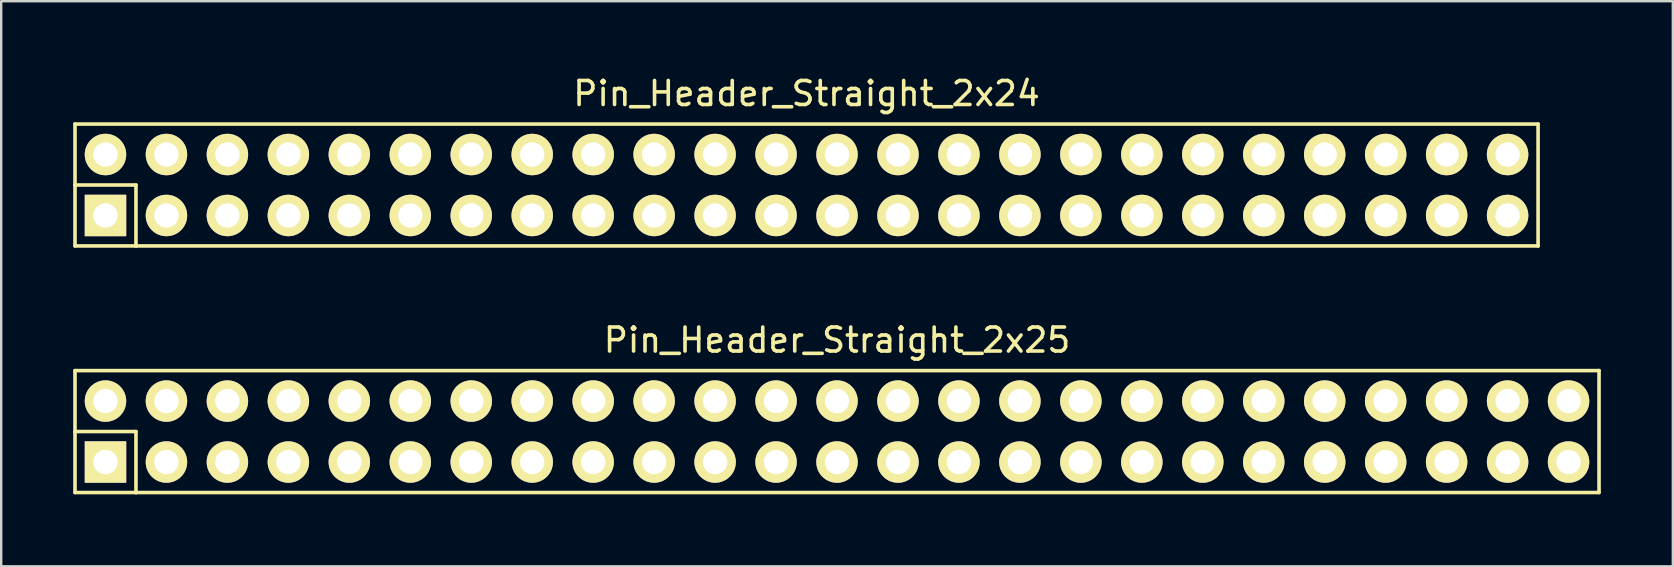
<source format=kicad_pcb>
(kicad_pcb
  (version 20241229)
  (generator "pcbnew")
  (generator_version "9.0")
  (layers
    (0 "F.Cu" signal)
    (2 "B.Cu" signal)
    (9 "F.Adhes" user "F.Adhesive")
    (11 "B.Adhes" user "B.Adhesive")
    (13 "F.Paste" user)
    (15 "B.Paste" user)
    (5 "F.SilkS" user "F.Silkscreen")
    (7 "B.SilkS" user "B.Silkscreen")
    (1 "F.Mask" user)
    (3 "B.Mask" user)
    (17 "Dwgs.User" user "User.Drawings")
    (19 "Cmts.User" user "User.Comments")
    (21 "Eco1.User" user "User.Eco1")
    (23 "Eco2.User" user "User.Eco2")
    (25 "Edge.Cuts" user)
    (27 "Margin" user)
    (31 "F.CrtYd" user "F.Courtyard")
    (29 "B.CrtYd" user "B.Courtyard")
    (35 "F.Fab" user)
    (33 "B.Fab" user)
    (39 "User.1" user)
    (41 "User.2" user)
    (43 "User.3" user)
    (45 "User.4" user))
  (footprint "Pin_Header_Straight_2x24"
    (layer "F.Cu")
    (at 30.555 4.658)
    (property "Reference" "Pin_Header_Straight_2x24" (at 0 -3.81 0) (layer "F.SilkS") (effects (font (size 1 1) (thickness 0.15))))
    (attr through_hole)
    (fp_line (start -30.48 -2.54) (end -30.48 0) (stroke (width 0.15) (type solid)) (layer "F.SilkS"))
    (fp_line (start -30.48 0) (end -27.94 0) (stroke (width 0.15) (type solid)) (layer "F.SilkS"))
    (fp_line (start -30.48 2.54) (end -30.48 0) (stroke (width 0.15) (type solid)) (layer "F.SilkS"))
    (fp_line (start -30.48 2.54) (end -27.94 2.54) (stroke (width 0.15) (type solid)) (layer "F.SilkS"))
    (fp_line (start -27.94 0) (end -27.94 2.54) (stroke (width 0.15) (type solid)) (layer "F.SilkS"))
    (fp_line (start -27.94 2.54) (end 30.48 2.54) (stroke (width 0.15) (type solid)) (layer "F.SilkS"))
    (fp_line (start 30.48 -2.54) (end -30.48 -2.54) (stroke (width 0.15) (type solid)) (layer "F.SilkS"))
    (fp_line (start 30.48 -2.54) (end 30.48 2.54) (stroke (width 0.15) (type solid)) (layer "F.SilkS"))
    (pad "1" thru_hole rect (at -29.21 1.27) (size 1.727 1.727) (drill 1.016) (layers "*.Cu" "*.Mask" "F.SilkS"))
    (pad "2" thru_hole oval (at -29.21 -1.27) (size 1.727 1.727) (drill 1.016) (layers "*.Cu" "*.Mask" "F.SilkS"))
    (pad "3" thru_hole oval (at -26.67 1.27) (size 1.727 1.727) (drill 1.016) (layers "*.Cu" "*.Mask" "F.SilkS"))
    (pad "4" thru_hole oval (at -26.67 -1.27) (size 1.727 1.727) (drill 1.016) (layers "*.Cu" "*.Mask" "F.SilkS"))
    (pad "5" thru_hole oval (at -24.13 1.27) (size 1.727 1.727) (drill 1.016) (layers "*.Cu" "*.Mask" "F.SilkS"))
    (pad "6" thru_hole oval (at -24.13 -1.27) (size 1.727 1.727) (drill 1.016) (layers "*.Cu" "*.Mask" "F.SilkS"))
    (pad "7" thru_hole oval (at -21.59 1.27) (size 1.727 1.727) (drill 1.016) (layers "*.Cu" "*.Mask" "F.SilkS"))
    (pad "8" thru_hole oval (at -21.59 -1.27) (size 1.727 1.727) (drill 1.016) (layers "*.Cu" "*.Mask" "F.SilkS"))
    (pad "9" thru_hole oval (at -19.05 1.27) (size 1.727 1.727) (drill 1.016) (layers "*.Cu" "*.Mask" "F.SilkS"))
    (pad "10" thru_hole oval (at -19.05 -1.27) (size 1.727 1.727) (drill 1.016) (layers "*.Cu" "*.Mask" "F.SilkS"))
    (pad "11" thru_hole oval (at -16.51 1.27) (size 1.727 1.727) (drill 1.016) (layers "*.Cu" "*.Mask" "F.SilkS"))
    (pad "12" thru_hole oval (at -16.51 -1.27) (size 1.727 1.727) (drill 1.016) (layers "*.Cu" "*.Mask" "F.SilkS"))
    (pad "13" thru_hole oval (at -13.97 1.27) (size 1.727 1.727) (drill 1.016) (layers "*.Cu" "*.Mask" "F.SilkS"))
    (pad "14" thru_hole oval (at -13.97 -1.27) (size 1.727 1.727) (drill 1.016) (layers "*.Cu" "*.Mask" "F.SilkS"))
    (pad "15" thru_hole oval (at -11.43 1.27) (size 1.727 1.727) (drill 1.016) (layers "*.Cu" "*.Mask" "F.SilkS"))
    (pad "16" thru_hole oval (at -11.43 -1.27) (size 1.727 1.727) (drill 1.016) (layers "*.Cu" "*.Mask" "F.SilkS"))
    (pad "17" thru_hole oval (at -8.89 1.27) (size 1.727 1.727) (drill 1.016) (layers "*.Cu" "*.Mask" "F.SilkS"))
    (pad "18" thru_hole oval (at -8.89 -1.27) (size 1.727 1.727) (drill 1.016) (layers "*.Cu" "*.Mask" "F.SilkS"))
    (pad "19" thru_hole oval (at -6.35 1.27) (size 1.727 1.727) (drill 1.016) (layers "*.Cu" "*.Mask" "F.SilkS"))
    (pad "20" thru_hole oval (at -6.35 -1.27) (size 1.727 1.727) (drill 1.016) (layers "*.Cu" "*.Mask" "F.SilkS"))
    (pad "21" thru_hole oval (at -3.81 1.27) (size 1.727 1.727) (drill 1.016) (layers "*.Cu" "*.Mask" "F.SilkS"))
    (pad "22" thru_hole oval (at -3.81 -1.27) (size 1.727 1.727) (drill 1.016) (layers "*.Cu" "*.Mask" "F.SilkS"))
    (pad "23" thru_hole oval (at -1.27 1.27) (size 1.727 1.727) (drill 1.016) (layers "*.Cu" "*.Mask" "F.SilkS"))
    (pad "24" thru_hole oval (at -1.27 -1.27) (size 1.727 1.727) (drill 1.016) (layers "*.Cu" "*.Mask" "F.SilkS"))
    (pad "25" thru_hole oval (at 1.27 1.27) (size 1.727 1.727) (drill 1.016) (layers "*.Cu" "*.Mask" "F.SilkS"))
    (pad "26" thru_hole oval (at 1.27 -1.27) (size 1.727 1.727) (drill 1.016) (layers "*.Cu" "*.Mask" "F.SilkS"))
    (pad "27" thru_hole oval (at 3.81 1.27) (size 1.727 1.727) (drill 1.016) (layers "*.Cu" "*.Mask" "F.SilkS"))
    (pad "28" thru_hole oval (at 3.81 -1.27) (size 1.727 1.727) (drill 1.016) (layers "*.Cu" "*.Mask" "F.SilkS"))
    (pad "29" thru_hole oval (at 6.35 1.27) (size 1.727 1.727) (drill 1.016) (layers "*.Cu" "*.Mask" "F.SilkS"))
    (pad "30" thru_hole oval (at 6.35 -1.27) (size 1.727 1.727) (drill 1.016) (layers "*.Cu" "*.Mask" "F.SilkS"))
    (pad "31" thru_hole oval (at 8.89 1.27) (size 1.727 1.727) (drill 1.016) (layers "*.Cu" "*.Mask" "F.SilkS"))
    (pad "32" thru_hole oval (at 8.89 -1.27) (size 1.727 1.727) (drill 1.016) (layers "*.Cu" "*.Mask" "F.SilkS"))
    (pad "33" thru_hole oval (at 11.43 1.27) (size 1.727 1.727) (drill 1.016) (layers "*.Cu" "*.Mask" "F.SilkS"))
    (pad "34" thru_hole oval (at 11.43 -1.27) (size 1.727 1.727) (drill 1.016) (layers "*.Cu" "*.Mask" "F.SilkS"))
    (pad "35" thru_hole oval (at 13.97 1.27) (size 1.727 1.727) (drill 1.016) (layers "*.Cu" "*.Mask" "F.SilkS"))
    (pad "36" thru_hole oval (at 13.97 -1.27) (size 1.727 1.727) (drill 1.016) (layers "*.Cu" "*.Mask" "F.SilkS"))
    (pad "37" thru_hole oval (at 16.51 1.27) (size 1.727 1.727) (drill 1.016) (layers "*.Cu" "*.Mask" "F.SilkS"))
    (pad "38" thru_hole oval (at 16.51 -1.27) (size 1.727 1.727) (drill 1.016) (layers "*.Cu" "*.Mask" "F.SilkS"))
    (pad "39" thru_hole oval (at 19.05 1.27) (size 1.727 1.727) (drill 1.016) (layers "*.Cu" "*.Mask" "F.SilkS"))
    (pad "40" thru_hole oval (at 19.05 -1.27) (size 1.727 1.727) (drill 1.016) (layers "*.Cu" "*.Mask" "F.SilkS"))
    (pad "41" thru_hole oval (at 21.59 1.27) (size 1.727 1.727) (drill 1.016) (layers "*.Cu" "*.Mask" "F.SilkS"))
    (pad "42" thru_hole oval (at 21.59 -1.27) (size 1.727 1.727) (drill 1.016) (layers "*.Cu" "*.Mask" "F.SilkS"))
    (pad "43" thru_hole oval (at 24.13 1.27) (size 1.727 1.727) (drill 1.016) (layers "*.Cu" "*.Mask" "F.SilkS"))
    (pad "44" thru_hole oval (at 24.13 -1.27) (size 1.727 1.727) (drill 1.016) (layers "*.Cu" "*.Mask" "F.SilkS"))
    (pad "45" thru_hole oval (at 26.67 1.27) (size 1.727 1.727) (drill 1.016) (layers "*.Cu" "*.Mask" "F.SilkS"))
    (pad "46" thru_hole oval (at 26.67 -1.27) (size 1.727 1.727) (drill 1.016) (layers "*.Cu" "*.Mask" "F.SilkS"))
    (pad "47" thru_hole oval (at 29.21 1.27) (size 1.727 1.727) (drill 1.016) (layers "*.Cu" "*.Mask" "F.SilkS"))
    (pad "48" thru_hole oval (at 29.21 -1.27) (size 1.727 1.727) (drill 1.016) (layers "*.Cu" "*.Mask" "F.SilkS")))
  (footprint "Pin_Header_Straight_2x25"
    (layer "F.Cu")
    (at 31.825 14.931)
    (property "Reference" "Pin_Header_Straight_2x25" (at 0 -3.81 0) (layer "F.SilkS") (effects (font (size 1 1) (thickness 0.15))))
    (attr through_hole)
    (fp_line (start -31.75 -2.54) (end -31.75 0) (stroke (width 0.15) (type solid)) (layer "F.SilkS"))
    (fp_line (start -31.75 0) (end -29.21 0) (stroke (width 0.15) (type solid)) (layer "F.SilkS"))
    (fp_line (start -31.75 2.54) (end -31.75 0) (stroke (width 0.15) (type solid)) (layer "F.SilkS"))
    (fp_line (start -31.75 2.54) (end -29.21 2.54) (stroke (width 0.15) (type solid)) (layer "F.SilkS"))
    (fp_line (start -29.21 0) (end -29.21 2.54) (stroke (width 0.15) (type solid)) (layer "F.SilkS"))
    (fp_line (start -29.21 2.54) (end 31.75 2.54) (stroke (width 0.15) (type solid)) (layer "F.SilkS"))
    (fp_line (start 31.75 -2.54) (end -31.75 -2.54) (stroke (width 0.15) (type solid)) (layer "F.SilkS"))
    (fp_line (start 31.75 -2.54) (end 31.75 2.54) (stroke (width 0.15) (type solid)) (layer "F.SilkS"))
    (pad "1" thru_hole rect (at -30.48 1.27) (size 1.727 1.727) (drill 1.016) (layers "*.Cu" "*.Mask" "F.SilkS"))
    (pad "2" thru_hole oval (at -30.48 -1.27) (size 1.727 1.727) (drill 1.016) (layers "*.Cu" "*.Mask" "F.SilkS"))
    (pad "3" thru_hole oval (at -27.94 1.27) (size 1.727 1.727) (drill 1.016) (layers "*.Cu" "*.Mask" "F.SilkS"))
    (pad "4" thru_hole oval (at -27.94 -1.27) (size 1.727 1.727) (drill 1.016) (layers "*.Cu" "*.Mask" "F.SilkS"))
    (pad "5" thru_hole oval (at -25.4 1.27) (size 1.727 1.727) (drill 1.016) (layers "*.Cu" "*.Mask" "F.SilkS"))
    (pad "6" thru_hole oval (at -25.4 -1.27) (size 1.727 1.727) (drill 1.016) (layers "*.Cu" "*.Mask" "F.SilkS"))
    (pad "7" thru_hole oval (at -22.86 1.27) (size 1.727 1.727) (drill 1.016) (layers "*.Cu" "*.Mask" "F.SilkS"))
    (pad "8" thru_hole oval (at -22.86 -1.27) (size 1.727 1.727) (drill 1.016) (layers "*.Cu" "*.Mask" "F.SilkS"))
    (pad "9" thru_hole oval (at -20.32 1.27) (size 1.727 1.727) (drill 1.016) (layers "*.Cu" "*.Mask" "F.SilkS"))
    (pad "10" thru_hole oval (at -20.32 -1.27) (size 1.727 1.727) (drill 1.016) (layers "*.Cu" "*.Mask" "F.SilkS"))
    (pad "11" thru_hole oval (at -17.78 1.27) (size 1.727 1.727) (drill 1.016) (layers "*.Cu" "*.Mask" "F.SilkS"))
    (pad "12" thru_hole oval (at -17.78 -1.27) (size 1.727 1.727) (drill 1.016) (layers "*.Cu" "*.Mask" "F.SilkS"))
    (pad "13" thru_hole oval (at -15.24 1.27) (size 1.727 1.727) (drill 1.016) (layers "*.Cu" "*.Mask" "F.SilkS"))
    (pad "14" thru_hole oval (at -15.24 -1.27) (size 1.727 1.727) (drill 1.016) (layers "*.Cu" "*.Mask" "F.SilkS"))
    (pad "15" thru_hole oval (at -12.7 1.27) (size 1.727 1.727) (drill 1.016) (layers "*.Cu" "*.Mask" "F.SilkS"))
    (pad "16" thru_hole oval (at -12.7 -1.27) (size 1.727 1.727) (drill 1.016) (layers "*.Cu" "*.Mask" "F.SilkS"))
    (pad "17" thru_hole oval (at -10.16 1.27) (size 1.727 1.727) (drill 1.016) (layers "*.Cu" "*.Mask" "F.SilkS"))
    (pad "18" thru_hole oval (at -10.16 -1.27) (size 1.727 1.727) (drill 1.016) (layers "*.Cu" "*.Mask" "F.SilkS"))
    (pad "19" thru_hole oval (at -7.62 1.27) (size 1.727 1.727) (drill 1.016) (layers "*.Cu" "*.Mask" "F.SilkS"))
    (pad "20" thru_hole oval (at -7.62 -1.27) (size 1.727 1.727) (drill 1.016) (layers "*.Cu" "*.Mask" "F.SilkS"))
    (pad "21" thru_hole oval (at -5.08 1.27) (size 1.727 1.727) (drill 1.016) (layers "*.Cu" "*.Mask" "F.SilkS"))
    (pad "22" thru_hole oval (at -5.08 -1.27) (size 1.727 1.727) (drill 1.016) (layers "*.Cu" "*.Mask" "F.SilkS"))
    (pad "23" thru_hole oval (at -2.54 1.27) (size 1.727 1.727) (drill 1.016) (layers "*.Cu" "*.Mask" "F.SilkS"))
    (pad "24" thru_hole oval (at -2.54 -1.27) (size 1.727 1.727) (drill 1.016) (layers "*.Cu" "*.Mask" "F.SilkS"))
    (pad "25" thru_hole oval (at 0 1.27) (size 1.727 1.727) (drill 1.016) (layers "*.Cu" "*.Mask" "F.SilkS"))
    (pad "26" thru_hole oval (at 0 -1.27) (size 1.727 1.727) (drill 1.016) (layers "*.Cu" "*.Mask" "F.SilkS"))
    (pad "27" thru_hole oval (at 2.54 1.27) (size 1.727 1.727) (drill 1.016) (layers "*.Cu" "*.Mask" "F.SilkS"))
    (pad "28" thru_hole oval (at 2.54 -1.27) (size 1.727 1.727) (drill 1.016) (layers "*.Cu" "*.Mask" "F.SilkS"))
    (pad "29" thru_hole oval (at 5.08 1.27) (size 1.727 1.727) (drill 1.016) (layers "*.Cu" "*.Mask" "F.SilkS"))
    (pad "30" thru_hole oval (at 5.08 -1.27) (size 1.727 1.727) (drill 1.016) (layers "*.Cu" "*.Mask" "F.SilkS"))
    (pad "31" thru_hole oval (at 7.62 1.27) (size 1.727 1.727) (drill 1.016) (layers "*.Cu" "*.Mask" "F.SilkS"))
    (pad "32" thru_hole oval (at 7.62 -1.27) (size 1.727 1.727) (drill 1.016) (layers "*.Cu" "*.Mask" "F.SilkS"))
    (pad "33" thru_hole oval (at 10.16 1.27) (size 1.727 1.727) (drill 1.016) (layers "*.Cu" "*.Mask" "F.SilkS"))
    (pad "34" thru_hole oval (at 10.16 -1.27) (size 1.727 1.727) (drill 1.016) (layers "*.Cu" "*.Mask" "F.SilkS"))
    (pad "35" thru_hole oval (at 12.7 1.27) (size 1.727 1.727) (drill 1.016) (layers "*.Cu" "*.Mask" "F.SilkS"))
    (pad "36" thru_hole oval (at 12.7 -1.27) (size 1.727 1.727) (drill 1.016) (layers "*.Cu" "*.Mask" "F.SilkS"))
    (pad "37" thru_hole oval (at 15.24 1.27) (size 1.727 1.727) (drill 1.016) (layers "*.Cu" "*.Mask" "F.SilkS"))
    (pad "38" thru_hole oval (at 15.24 -1.27) (size 1.727 1.727) (drill 1.016) (layers "*.Cu" "*.Mask" "F.SilkS"))
    (pad "39" thru_hole oval (at 17.78 1.27) (size 1.727 1.727) (drill 1.016) (layers "*.Cu" "*.Mask" "F.SilkS"))
    (pad "40" thru_hole oval (at 17.78 -1.27) (size 1.727 1.727) (drill 1.016) (layers "*.Cu" "*.Mask" "F.SilkS"))
    (pad "41" thru_hole oval (at 20.32 1.27) (size 1.727 1.727) (drill 1.016) (layers "*.Cu" "*.Mask" "F.SilkS"))
    (pad "42" thru_hole oval (at 20.32 -1.27) (size 1.727 1.727) (drill 1.016) (layers "*.Cu" "*.Mask" "F.SilkS"))
    (pad "43" thru_hole oval (at 22.86 1.27) (size 1.727 1.727) (drill 1.016) (layers "*.Cu" "*.Mask" "F.SilkS"))
    (pad "44" thru_hole oval (at 22.86 -1.27) (size 1.727 1.727) (drill 1.016) (layers "*.Cu" "*.Mask" "F.SilkS"))
    (pad "45" thru_hole oval (at 25.4 1.27) (size 1.727 1.727) (drill 1.016) (layers "*.Cu" "*.Mask" "F.SilkS"))
    (pad "46" thru_hole oval (at 25.4 -1.27) (size 1.727 1.727) (drill 1.016) (layers "*.Cu" "*.Mask" "F.SilkS"))
    (pad "47" thru_hole oval (at 27.94 1.27) (size 1.727 1.727) (drill 1.016) (layers "*.Cu" "*.Mask" "F.SilkS"))
    (pad "48" thru_hole oval (at 27.94 -1.27) (size 1.727 1.727) (drill 1.016) (layers "*.Cu" "*.Mask" "F.SilkS"))
    (pad "49" thru_hole oval (at 30.48 1.27) (size 1.727 1.727) (drill 1.016) (layers "*.Cu" "*.Mask" "F.SilkS"))
    (pad "50" thru_hole oval (at 30.48 -1.27) (size 1.727 1.727) (drill 1.016) (layers "*.Cu" "*.Mask" "F.SilkS")))
  (gr_rect
    (start -3 -3)
    (end 66.65 20.547)
    (stroke (width 0.1) (type default))
    (fill no)
    (layer "Edge.Cuts")))
</source>
